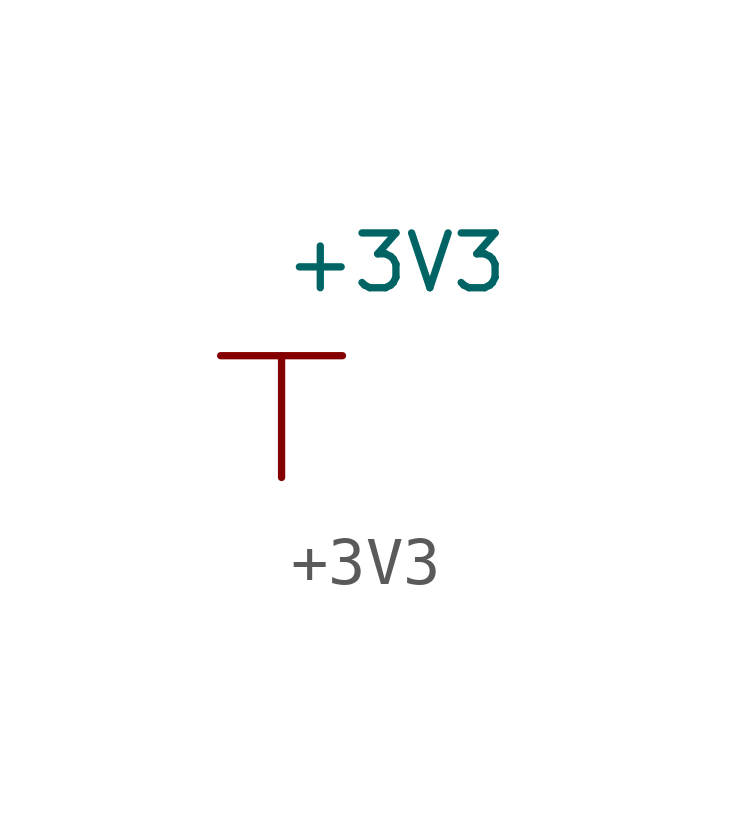
<source format=kicad_sym>
(kicad_symbol_lib
  (version 20211014)
  (generator kicad_symbol_editor)
  (symbol "+3V3"
    (power)
    (pin_numbers hide)
    (pin_names
      (offset 1.016) hide)
    (property "Reference" "#SUPPLY"
      (at 0 0 0)
      (effects (font (size 1.143 1.143)) (justify left bottom) hide))
    (property "Value" "+3V3"
      (at 0 3.81 0)
      (effects (font (size 1.143 1.143)) (justify left bottom)))
    (property "ki_locked" ""
      (at 0 0 0)
      (effects (font (size 1.27 1.27))))
    (symbol "+3V3_1_0"
      (polyline (pts (xy -1.27 2.54) (xy 1.27 2.54)) (stroke (width 0) (type default) (color 0 0 0 0)) (fill (type none)))
      (polyline (pts (xy 0 0) (xy 0 2.54)) (stroke (width 0) (type default) (color 0 0 0 0)) (fill (type none))))
    (symbol "+3V3_1_1"
      (pin power_in line (at 0 0 90) (length 2.54) hide (name "+3V3" (effects (font (size 1.016 1.016)))) (number "~" (effects (font (size 1.016 1.016))))))))
</source>
